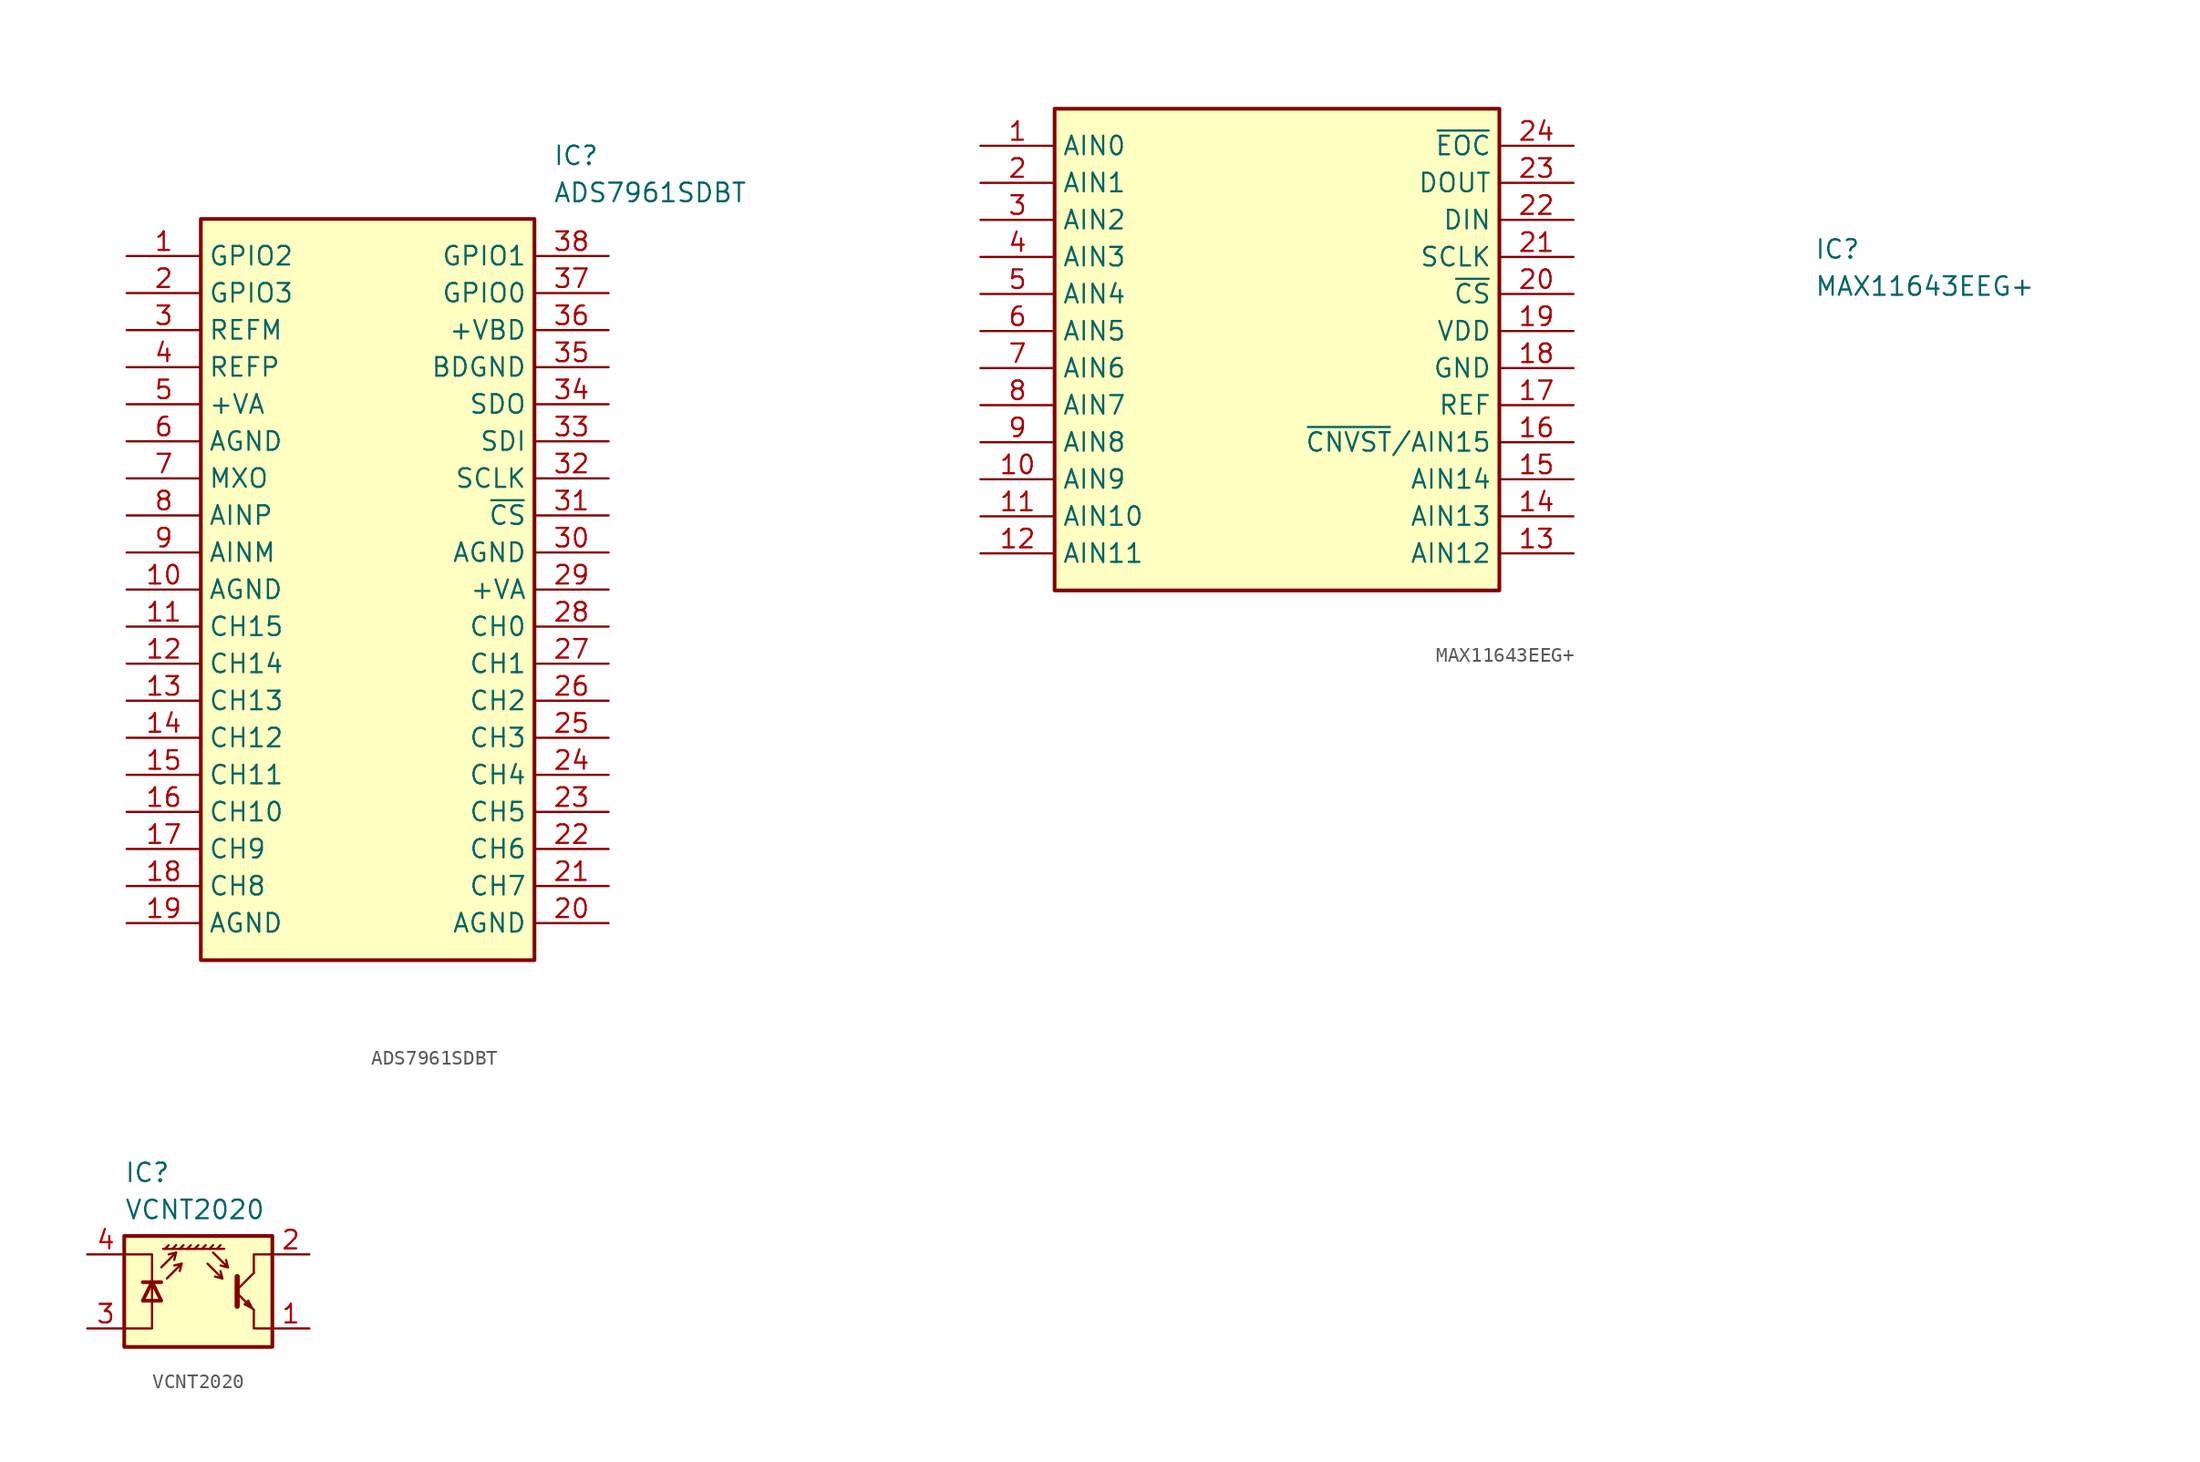
<source format=kicad_sym>
(kicad_symbol_lib
  (version 20220914)
  (generator kicad_symbol_editor)
  (symbol "ADS7961SDBT"
    (property "Reference" "IC"
      (at 29.21 7.62 0)
      (effects (font (size 1.27 1.27)) (justify left top)))
    (property "Value" "ADS7961SDBT"
      (at 29.21 5.08 0)
      (effects (font (size 1.27 1.27)) (justify left top)))
    (symbol "ADS7961SDBT_1_1"
      (rectangle (start 5.08 2.54) (end 27.94 -48.26) (stroke (width 0.254) (type default)) (fill (type background)))
      (pin passive line (at 0 0 0) (length 5.08) (name "GPIO2" (effects (font (size 1.27 1.27)))) (number "1" (effects (font (size 1.27 1.27)))))
      (pin passive line (at 0 -22.86 0) (length 5.08) (name "AGND" (effects (font (size 1.27 1.27)))) (number "10" (effects (font (size 1.27 1.27)))))
      (pin passive line (at 0 -25.4 0) (length 5.08) (name "CH15" (effects (font (size 1.27 1.27)))) (number "11" (effects (font (size 1.27 1.27)))))
      (pin passive line (at 0 -27.94 0) (length 5.08) (name "CH14" (effects (font (size 1.27 1.27)))) (number "12" (effects (font (size 1.27 1.27)))))
      (pin passive line (at 0 -30.48 0) (length 5.08) (name "CH13" (effects (font (size 1.27 1.27)))) (number "13" (effects (font (size 1.27 1.27)))))
      (pin passive line (at 0 -33.02 0) (length 5.08) (name "CH12" (effects (font (size 1.27 1.27)))) (number "14" (effects (font (size 1.27 1.27)))))
      (pin passive line (at 0 -35.56 0) (length 5.08) (name "CH11" (effects (font (size 1.27 1.27)))) (number "15" (effects (font (size 1.27 1.27)))))
      (pin passive line (at 0 -38.1 0) (length 5.08) (name "CH10" (effects (font (size 1.27 1.27)))) (number "16" (effects (font (size 1.27 1.27)))))
      (pin passive line (at 0 -40.64 0) (length 5.08) (name "CH9" (effects (font (size 1.27 1.27)))) (number "17" (effects (font (size 1.27 1.27)))))
      (pin passive line (at 0 -43.18 0) (length 5.08) (name "CH8" (effects (font (size 1.27 1.27)))) (number "18" (effects (font (size 1.27 1.27)))))
      (pin passive line (at 0 -45.72 0) (length 5.08) (name "AGND" (effects (font (size 1.27 1.27)))) (number "19" (effects (font (size 1.27 1.27)))))
      (pin passive line (at 0 -2.54 0) (length 5.08) (name "GPIO3" (effects (font (size 1.27 1.27)))) (number "2" (effects (font (size 1.27 1.27)))))
      (pin passive line (at 33.02 -45.72 180) (length 5.08) (name "AGND" (effects (font (size 1.27 1.27)))) (number "20" (effects (font (size 1.27 1.27)))))
      (pin passive line (at 33.02 -43.18 180) (length 5.08) (name "CH7" (effects (font (size 1.27 1.27)))) (number "21" (effects (font (size 1.27 1.27)))))
      (pin passive line (at 33.02 -40.64 180) (length 5.08) (name "CH6" (effects (font (size 1.27 1.27)))) (number "22" (effects (font (size 1.27 1.27)))))
      (pin passive line (at 33.02 -38.1 180) (length 5.08) (name "CH5" (effects (font (size 1.27 1.27)))) (number "23" (effects (font (size 1.27 1.27)))))
      (pin passive line (at 33.02 -35.56 180) (length 5.08) (name "CH4" (effects (font (size 1.27 1.27)))) (number "24" (effects (font (size 1.27 1.27)))))
      (pin passive line (at 33.02 -33.02 180) (length 5.08) (name "CH3" (effects (font (size 1.27 1.27)))) (number "25" (effects (font (size 1.27 1.27)))))
      (pin passive line (at 33.02 -30.48 180) (length 5.08) (name "CH2" (effects (font (size 1.27 1.27)))) (number "26" (effects (font (size 1.27 1.27)))))
      (pin passive line (at 33.02 -27.94 180) (length 5.08) (name "CH1" (effects (font (size 1.27 1.27)))) (number "27" (effects (font (size 1.27 1.27)))))
      (pin passive line (at 33.02 -25.4 180) (length 5.08) (name "CH0" (effects (font (size 1.27 1.27)))) (number "28" (effects (font (size 1.27 1.27)))))
      (pin passive line (at 33.02 -22.86 180) (length 5.08) (name "+VA" (effects (font (size 1.27 1.27)))) (number "29" (effects (font (size 1.27 1.27)))))
      (pin passive line (at 0 -5.08 0) (length 5.08) (name "REFM" (effects (font (size 1.27 1.27)))) (number "3" (effects (font (size 1.27 1.27)))))
      (pin passive line (at 33.02 -20.32 180) (length 5.08) (name "AGND" (effects (font (size 1.27 1.27)))) (number "30" (effects (font (size 1.27 1.27)))))
      (pin passive line (at 33.02 -17.78 180) (length 5.08) (name "~{CS}" (effects (font (size 1.27 1.27)))) (number "31" (effects (font (size 1.27 1.27)))))
      (pin passive line (at 33.02 -15.24 180) (length 5.08) (name "SCLK" (effects (font (size 1.27 1.27)))) (number "32" (effects (font (size 1.27 1.27)))))
      (pin passive line (at 33.02 -12.7 180) (length 5.08) (name "SDI" (effects (font (size 1.27 1.27)))) (number "33" (effects (font (size 1.27 1.27)))))
      (pin passive line (at 33.02 -10.16 180) (length 5.08) (name "SDO" (effects (font (size 1.27 1.27)))) (number "34" (effects (font (size 1.27 1.27)))))
      (pin passive line (at 33.02 -7.62 180) (length 5.08) (name "BDGND" (effects (font (size 1.27 1.27)))) (number "35" (effects (font (size 1.27 1.27)))))
      (pin passive line (at 33.02 -5.08 180) (length 5.08) (name "+VBD" (effects (font (size 1.27 1.27)))) (number "36" (effects (font (size 1.27 1.27)))))
      (pin passive line (at 33.02 -2.54 180) (length 5.08) (name "GPIO0" (effects (font (size 1.27 1.27)))) (number "37" (effects (font (size 1.27 1.27)))))
      (pin passive line (at 33.02 0 180) (length 5.08) (name "GPIO1" (effects (font (size 1.27 1.27)))) (number "38" (effects (font (size 1.27 1.27)))))
      (pin passive line (at 0 -7.62 0) (length 5.08) (name "REFP" (effects (font (size 1.27 1.27)))) (number "4" (effects (font (size 1.27 1.27)))))
      (pin passive line (at 0 -10.16 0) (length 5.08) (name "+VA" (effects (font (size 1.27 1.27)))) (number "5" (effects (font (size 1.27 1.27)))))
      (pin passive line (at 0 -12.7 0) (length 5.08) (name "AGND" (effects (font (size 1.27 1.27)))) (number "6" (effects (font (size 1.27 1.27)))))
      (pin passive line (at 0 -15.24 0) (length 5.08) (name "MXO" (effects (font (size 1.27 1.27)))) (number "7" (effects (font (size 1.27 1.27)))))
      (pin passive line (at 0 -17.78 0) (length 5.08) (name "AINP" (effects (font (size 1.27 1.27)))) (number "8" (effects (font (size 1.27 1.27)))))
      (pin passive line (at 0 -20.32 0) (length 5.08) (name "AINM" (effects (font (size 1.27 1.27)))) (number "9" (effects (font (size 1.27 1.27)))))))
  (symbol "MAX11643EEG+"
    (property "Reference" "IC"
      (at 36.83 7.62 0)
      (effects (font (size 1.27 1.27)) (justify left top)))
    (property "Value" "MAX11643EEG+"
      (at 36.83 5.08 0)
      (effects (font (size 1.27 1.27)) (justify left top)))
    (symbol "MAX11643EEG+_1_1"
      (rectangle (start -15.24 16.51) (end 15.24 -16.51) (stroke (width 0.254) (type default)) (fill (type background)))
      (pin passive line (at -20.32 13.97 0) (length 5.08) (name "AIN0" (effects (font (size 1.27 1.27)))) (number "1" (effects (font (size 1.27 1.27)))))
      (pin passive line (at -20.32 -8.89 0) (length 5.08) (name "AIN9" (effects (font (size 1.27 1.27)))) (number "10" (effects (font (size 1.27 1.27)))))
      (pin passive line (at -20.32 -11.43 0) (length 5.08) (name "AIN10" (effects (font (size 1.27 1.27)))) (number "11" (effects (font (size 1.27 1.27)))))
      (pin passive line (at -20.32 -13.97 0) (length 5.08) (name "AIN11" (effects (font (size 1.27 1.27)))) (number "12" (effects (font (size 1.27 1.27)))))
      (pin passive line (at 20.32 -13.97 180) (length 5.08) (name "AIN12" (effects (font (size 1.27 1.27)))) (number "13" (effects (font (size 1.27 1.27)))))
      (pin passive line (at 20.32 -11.43 180) (length 5.08) (name "AIN13" (effects (font (size 1.27 1.27)))) (number "14" (effects (font (size 1.27 1.27)))))
      (pin passive line (at 20.32 -8.89 180) (length 5.08) (name "AIN14" (effects (font (size 1.27 1.27)))) (number "15" (effects (font (size 1.27 1.27)))))
      (pin passive line (at 20.32 -6.35 180) (length 5.08) (name "~{CNVST}/AIN15" (effects (font (size 1.27 1.27)))) (number "16" (effects (font (size 1.27 1.27)))))
      (pin passive line (at 20.32 -3.81 180) (length 5.08) (name "REF" (effects (font (size 1.27 1.27)))) (number "17" (effects (font (size 1.27 1.27)))))
      (pin passive line (at 20.32 -1.27 180) (length 5.08) (name "GND" (effects (font (size 1.27 1.27)))) (number "18" (effects (font (size 1.27 1.27)))))
      (pin passive line (at 20.32 1.27 180) (length 5.08) (name "VDD" (effects (font (size 1.27 1.27)))) (number "19" (effects (font (size 1.27 1.27)))))
      (pin passive line (at -20.32 11.43 0) (length 5.08) (name "AIN1" (effects (font (size 1.27 1.27)))) (number "2" (effects (font (size 1.27 1.27)))))
      (pin passive line (at 20.32 3.81 180) (length 5.08) (name "~{CS}" (effects (font (size 1.27 1.27)))) (number "20" (effects (font (size 1.27 1.27)))))
      (pin passive line (at 20.32 6.35 180) (length 5.08) (name "SCLK" (effects (font (size 1.27 1.27)))) (number "21" (effects (font (size 1.27 1.27)))))
      (pin passive line (at 20.32 8.89 180) (length 5.08) (name "DIN" (effects (font (size 1.27 1.27)))) (number "22" (effects (font (size 1.27 1.27)))))
      (pin passive line (at 20.32 11.43 180) (length 5.08) (name "DOUT" (effects (font (size 1.27 1.27)))) (number "23" (effects (font (size 1.27 1.27)))))
      (pin passive line (at 20.32 13.97 180) (length 5.08) (name "~{EOC}" (effects (font (size 1.27 1.27)))) (number "24" (effects (font (size 1.27 1.27)))))
      (pin passive line (at -20.32 8.89 0) (length 5.08) (name "AIN2" (effects (font (size 1.27 1.27)))) (number "3" (effects (font (size 1.27 1.27)))))
      (pin passive line (at -20.32 6.35 0) (length 5.08) (name "AIN3" (effects (font (size 1.27 1.27)))) (number "4" (effects (font (size 1.27 1.27)))))
      (pin passive line (at -20.32 3.81 0) (length 5.08) (name "AIN4" (effects (font (size 1.27 1.27)))) (number "5" (effects (font (size 1.27 1.27)))))
      (pin passive line (at -20.32 1.27 0) (length 5.08) (name "AIN5" (effects (font (size 1.27 1.27)))) (number "6" (effects (font (size 1.27 1.27)))))
      (pin passive line (at -20.32 -1.27 0) (length 5.08) (name "AIN6" (effects (font (size 1.27 1.27)))) (number "7" (effects (font (size 1.27 1.27)))))
      (pin passive line (at -20.32 -3.81 0) (length 5.08) (name "AIN7" (effects (font (size 1.27 1.27)))) (number "8" (effects (font (size 1.27 1.27)))))
      (pin passive line (at -20.32 -6.35 0) (length 5.08) (name "AIN8" (effects (font (size 1.27 1.27)))) (number "9" (effects (font (size 1.27 1.27)))))))
  (symbol "VCNT2020"
    (pin_names hide)
    (property "Reference" "IC"
      (at -5.08 8.89 0)
      (effects (font (size 1.27 1.27)) (justify left top)))
    (property "Value" "VCNT2020"
      (at -5.08 6.35 0)
      (effects (font (size 1.27 1.27)) (justify left top)))
    (symbol "VCNT2020_0_1"
      (polyline (pts (xy -3.81 0.635) (xy -2.54 0.635)) (stroke (width 0.254) (type default)) (fill (type none)))
      (polyline (pts (xy -2.286 2.921) (xy -2.032 3.175)) (stroke (width 0) (type default)) (fill (type none)))
      (polyline (pts (xy -1.778 2.921) (xy -1.524 3.175)) (stroke (width 0) (type default)) (fill (type none)))
      (polyline (pts (xy -1.524 2.667) (xy -1.651 2.159)) (stroke (width 0) (type default)) (fill (type none)))
      (polyline (pts (xy -1.27 2.921) (xy -1.016 3.175)) (stroke (width 0) (type default)) (fill (type none)))
      (polyline (pts (xy -1.143 1.905) (xy -1.27 1.397)) (stroke (width 0) (type default)) (fill (type none)))
      (polyline (pts (xy -0.762 2.921) (xy -0.508 3.175)) (stroke (width 0) (type default)) (fill (type none)))
      (polyline (pts (xy -0.254 2.921) (xy 0 3.175)) (stroke (width 0) (type default)) (fill (type none)))
      (polyline (pts (xy 0.254 2.921) (xy 0.508 3.175)) (stroke (width 0) (type default)) (fill (type none)))
      (polyline (pts (xy 0.762 2.921) (xy 1.016 3.175)) (stroke (width 0) (type default)) (fill (type none)))
      (polyline (pts (xy 1.27 2.921) (xy 1.524 3.175)) (stroke (width 0) (type default)) (fill (type none)))
      (polyline (pts (xy 1.651 0.889) (xy 1.143 1.016)) (stroke (width 0) (type default)) (fill (type none)))
      (polyline (pts (xy 1.778 2.921) (xy -2.413 2.921)) (stroke (width 0) (type default)) (fill (type none)))
      (polyline (pts (xy 2.032 1.651) (xy 1.524 1.778)) (stroke (width 0) (type default)) (fill (type none)))
      (polyline (pts (xy 2.667 -0.127) (xy 3.81 -1.27)) (stroke (width 0) (type default)) (fill (type none)))
      (polyline (pts (xy 2.667 0.127) (xy 3.81 1.27)) (stroke (width 0) (type default)) (fill (type none)))
      (polyline (pts (xy -2.54 1.651) (xy -1.524 2.667) (xy -2.032 2.54)) (stroke (width 0) (type default)) (fill (type none)))
      (polyline (pts (xy -2.159 0.889) (xy -1.143 1.905) (xy -1.651 1.778)) (stroke (width 0) (type default)) (fill (type none)))
      (polyline (pts (xy 0.635 1.905) (xy 1.651 0.889) (xy 1.524 1.397)) (stroke (width 0) (type default)) (fill (type none)))
      (polyline (pts (xy 1.016 2.667) (xy 2.032 1.651) (xy 1.905 2.159)) (stroke (width 0) (type default)) (fill (type none)))
      (polyline (pts (xy 2.667 1.016) (xy 2.667 -1.016) (xy 2.667 -1.016)) (stroke (width 0.356) (type default)) (fill (type none)))
      (polyline (pts (xy 3.81 -1.27) (xy 3.81 -2.54) (xy 5.08 -2.54)) (stroke (width 0) (type default)) (fill (type none)))
      (polyline (pts (xy 3.81 1.27) (xy 3.81 2.54) (xy 5.08 2.54)) (stroke (width 0) (type default)) (fill (type none)))
      (polyline (pts (xy -5.08 2.54) (xy -3.175 2.54) (xy -3.175 -2.54) (xy -5.08 -2.54)) (stroke (width 0) (type default)) (fill (type none)))
      (polyline (pts (xy -3.175 0.635) (xy -3.81 -0.635) (xy -2.54 -0.635) (xy -3.175 0.635)) (stroke (width 0.254) (type default)) (fill (type none)))
      (polyline (pts (xy 3.683 -1.143) (xy 3.429 -0.635) (xy 3.175 -0.889) (xy 3.683 -1.143)) (stroke (width 0) (type default)) (fill (type none)))
      (polyline (pts (xy -5.08 -3.81) (xy 5.08 -3.81) (xy 5.08 3.81) (xy -5.08 3.81) (xy -5.08 -3.81)) (stroke (width 0.254) (type default)) (fill (type background))))
    (symbol "VCNT2020_1_1"
      (pin open_emitter line (at 7.62 -2.54 180) (length 2.54) (name "~" (effects (font (size 1.27 1.27)))) (number "1" (effects (font (size 1.27 1.27)))))
      (pin open_collector line (at 7.62 2.54 180) (length 2.54) (name "~" (effects (font (size 1.27 1.27)))) (number "2" (effects (font (size 1.27 1.27)))))
      (pin passive line (at -7.62 -2.54 0) (length 2.54) (name "A" (effects (font (size 1.27 1.27)))) (number "3" (effects (font (size 1.27 1.27)))))
      (pin passive line (at -7.62 2.54 0) (length 2.54) (name "K" (effects (font (size 1.27 1.27)))) (number "4" (effects (font (size 1.27 1.27))))))))
</source>
